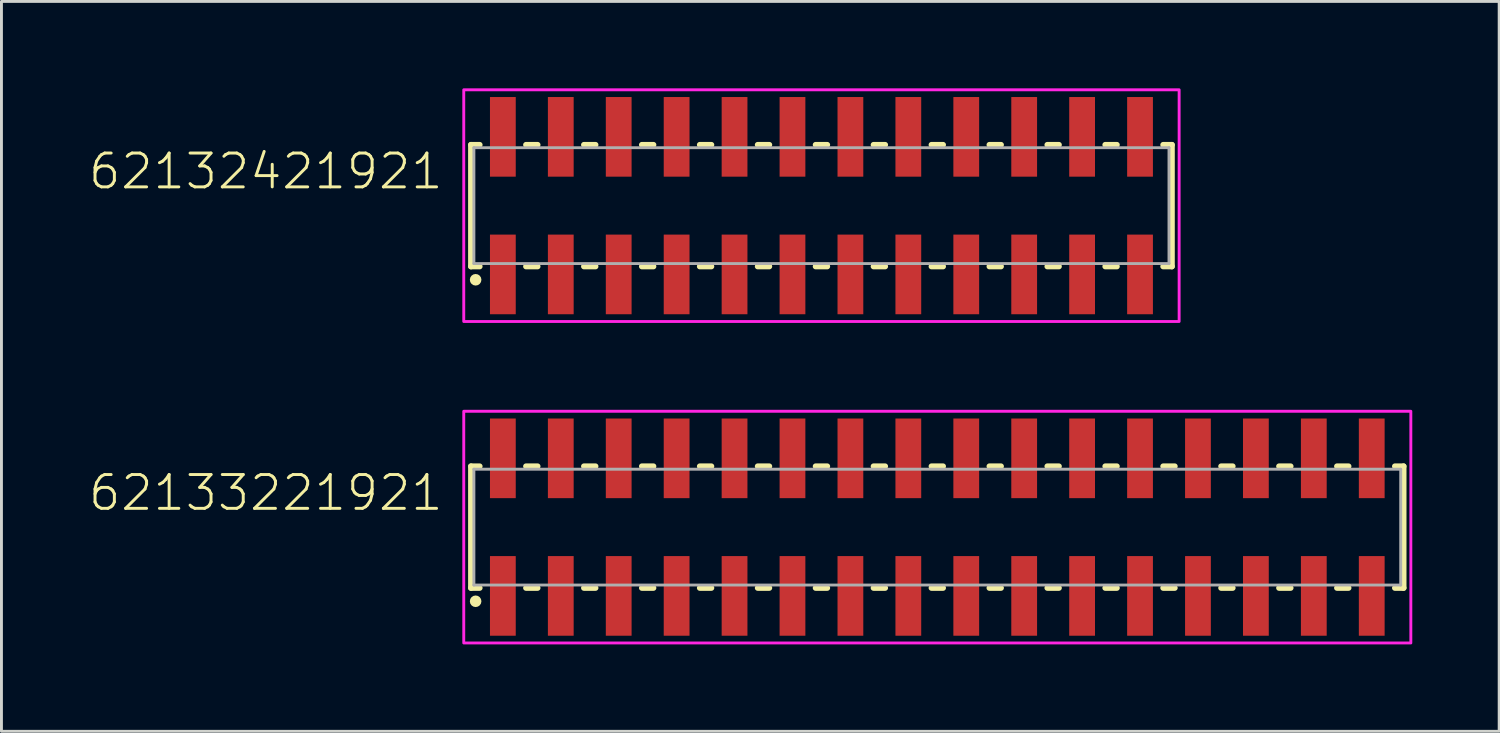
<source format=kicad_pcb>
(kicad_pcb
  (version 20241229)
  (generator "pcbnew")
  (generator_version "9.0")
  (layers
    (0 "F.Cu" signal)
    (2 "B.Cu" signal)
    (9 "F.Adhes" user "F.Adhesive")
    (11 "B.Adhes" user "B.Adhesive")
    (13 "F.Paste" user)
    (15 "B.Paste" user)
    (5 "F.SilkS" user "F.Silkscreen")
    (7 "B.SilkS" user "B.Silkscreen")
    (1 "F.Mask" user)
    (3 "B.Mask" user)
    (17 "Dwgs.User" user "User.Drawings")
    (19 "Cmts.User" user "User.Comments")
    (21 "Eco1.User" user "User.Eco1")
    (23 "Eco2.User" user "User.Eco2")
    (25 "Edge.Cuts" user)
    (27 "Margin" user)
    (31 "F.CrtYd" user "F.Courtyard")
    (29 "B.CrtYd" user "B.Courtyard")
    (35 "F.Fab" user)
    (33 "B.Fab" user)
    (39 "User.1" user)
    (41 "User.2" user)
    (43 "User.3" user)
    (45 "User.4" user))
  (footprint "62133221921"
    (layer "F.Cu")
    (at 29.312 15.15)
    (property "Reference" "62133221921" (at -17 -0.5 0) (unlocked yes) (layer "F.SilkS") (effects (font (size 1.168 1.168) (thickness 0.102)) (justify right bottom)))
    (fp_line (start -16.1 -2.1) (end -16.1 2.1) (stroke (width 0.2) (type solid)) (layer "F.SilkS"))
    (fp_line (start -16.1 2.1) (end -15.8 2.1) (stroke (width 0.2) (type solid)) (layer "F.SilkS"))
    (fp_line (start -15.8 -2.1) (end -16.1 -2.1) (stroke (width 0.2) (type solid)) (layer "F.SilkS"))
    (fp_line (start -14.2 -2.1) (end -13.8 -2.1) (stroke (width 0.2) (type solid)) (layer "F.SilkS"))
    (fp_line (start -13.8 2.1) (end -14.2 2.1) (stroke (width 0.2) (type solid)) (layer "F.SilkS"))
    (fp_line (start -12.2 -2.1) (end -11.8 -2.1) (stroke (width 0.2) (type solid)) (layer "F.SilkS"))
    (fp_line (start -11.8 2.1) (end -12.2 2.1) (stroke (width 0.2) (type solid)) (layer "F.SilkS"))
    (fp_line (start -10.2 -2.1) (end -9.8 -2.1) (stroke (width 0.2) (type solid)) (layer "F.SilkS"))
    (fp_line (start -9.8 2.1) (end -10.2 2.1) (stroke (width 0.2) (type solid)) (layer "F.SilkS"))
    (fp_line (start -8.2 -2.1) (end -7.8 -2.1) (stroke (width 0.2) (type solid)) (layer "F.SilkS"))
    (fp_line (start -7.8 2.1) (end -8.2 2.1) (stroke (width 0.2) (type solid)) (layer "F.SilkS"))
    (fp_line (start -6.2 -2.1) (end -5.8 -2.1) (stroke (width 0.2) (type solid)) (layer "F.SilkS"))
    (fp_line (start -5.8 2.1) (end -6.2 2.1) (stroke (width 0.2) (type solid)) (layer "F.SilkS"))
    (fp_line (start -4.2 -2.1) (end -3.8 -2.1) (stroke (width 0.2) (type solid)) (layer "F.SilkS"))
    (fp_line (start -3.8 2.1) (end -4.2 2.1) (stroke (width 0.2) (type solid)) (layer "F.SilkS"))
    (fp_line (start -2.2 -2.1) (end -1.8 -2.1) (stroke (width 0.2) (type solid)) (layer "F.SilkS"))
    (fp_line (start -1.8 2.1) (end -2.2 2.1) (stroke (width 0.2) (type solid)) (layer "F.SilkS"))
    (fp_line (start -0.2 -2.1) (end 0.2 -2.1) (stroke (width 0.2) (type solid)) (layer "F.SilkS"))
    (fp_line (start 0.2 2.1) (end -0.2 2.1) (stroke (width 0.2) (type solid)) (layer "F.SilkS"))
    (fp_line (start 1.8 -2.1) (end 2.2 -2.1) (stroke (width 0.2) (type solid)) (layer "F.SilkS"))
    (fp_line (start 2.2 2.1) (end 1.8 2.1) (stroke (width 0.2) (type solid)) (layer "F.SilkS"))
    (fp_line (start 3.8 -2.1) (end 4.2 -2.1) (stroke (width 0.2) (type solid)) (layer "F.SilkS"))
    (fp_line (start 4.2 2.1) (end 3.8 2.1) (stroke (width 0.2) (type solid)) (layer "F.SilkS"))
    (fp_line (start 5.8 -2.1) (end 6.2 -2.1) (stroke (width 0.2) (type solid)) (layer "F.SilkS"))
    (fp_line (start 6.2 2.1) (end 5.8 2.1) (stroke (width 0.2) (type solid)) (layer "F.SilkS"))
    (fp_line (start 7.8 -2.1) (end 8.2 -2.1) (stroke (width 0.2) (type solid)) (layer "F.SilkS"))
    (fp_line (start 8.2 2.1) (end 7.8 2.1) (stroke (width 0.2) (type solid)) (layer "F.SilkS"))
    (fp_line (start 9.8 -2.1) (end 10.2 -2.1) (stroke (width 0.2) (type solid)) (layer "F.SilkS"))
    (fp_line (start 10.2 2.1) (end 9.8 2.1) (stroke (width 0.2) (type solid)) (layer "F.SilkS"))
    (fp_line (start 11.8 -2.1) (end 12.2 -2.1) (stroke (width 0.2) (type solid)) (layer "F.SilkS"))
    (fp_line (start 12.2 2.1) (end 11.8 2.1) (stroke (width 0.2) (type solid)) (layer "F.SilkS"))
    (fp_line (start 13.8 -2.1) (end 14.2 -2.1) (stroke (width 0.2) (type solid)) (layer "F.SilkS"))
    (fp_line (start 14.2 2.1) (end 13.8 2.1) (stroke (width 0.2) (type solid)) (layer "F.SilkS"))
    (fp_line (start 15.8 -2.1) (end 16.1 -2.1) (stroke (width 0.2) (type solid)) (layer "F.SilkS"))
    (fp_line (start 16.1 -2.1) (end 16.1 2.1) (stroke (width 0.2) (type solid)) (layer "F.SilkS"))
    (fp_line (start 16.1 2.1) (end 15.8 2.1) (stroke (width 0.2) (type solid)) (layer "F.SilkS"))
    (fp_circle (center -15.94 2.56) (end -15.84 2.56) (stroke (width 0.2) (type solid)) (fill no) (layer "F.SilkS"))
    (fp_poly (pts (xy 16.35 4) (xy -16.35 4) (xy -16.35 -4) (xy 16.35 -4)) (stroke (width 0.1) (type default)) (fill no) (layer "F.CrtYd"))
    (fp_line (start -16 -2) (end 16 -2) (stroke (width 0.1) (type solid)) (layer "F.Fab"))
    (fp_line (start -16 2) (end -16 -2) (stroke (width 0.1) (type solid)) (layer "F.Fab"))
    (fp_line (start 16 -2) (end 16 2) (stroke (width 0.1) (type solid)) (layer "F.Fab"))
    (fp_line (start 16 2) (end -16 2) (stroke (width 0.1) (type solid)) (layer "F.Fab"))
    (pad "1" smd rect (at -15 2.375) (size 0.89 2.75) (layers "F.Cu" "F.Mask" "F.Paste"))
    (pad "2" smd rect (at -15 -2.375) (size 0.89 2.75) (layers "F.Cu" "F.Mask" "F.Paste"))
    (pad "3" smd rect (at -13 2.375) (size 0.89 2.75) (layers "F.Cu" "F.Mask" "F.Paste"))
    (pad "4" smd rect (at -13 -2.375) (size 0.89 2.75) (layers "F.Cu" "F.Mask" "F.Paste"))
    (pad "5" smd rect (at -11 2.375) (size 0.89 2.75) (layers "F.Cu" "F.Mask" "F.Paste"))
    (pad "6" smd rect (at -11 -2.375) (size 0.89 2.75) (layers "F.Cu" "F.Mask" "F.Paste"))
    (pad "7" smd rect (at -9 2.375) (size 0.89 2.75) (layers "F.Cu" "F.Mask" "F.Paste"))
    (pad "8" smd rect (at -9 -2.375) (size 0.89 2.75) (layers "F.Cu" "F.Mask" "F.Paste"))
    (pad "9" smd rect (at -7 2.375) (size 0.89 2.75) (layers "F.Cu" "F.Mask" "F.Paste"))
    (pad "10" smd rect (at -7 -2.375) (size 0.89 2.75) (layers "F.Cu" "F.Mask" "F.Paste"))
    (pad "11" smd rect (at -5 2.375) (size 0.89 2.75) (layers "F.Cu" "F.Mask" "F.Paste"))
    (pad "12" smd rect (at -5 -2.375) (size 0.89 2.75) (layers "F.Cu" "F.Mask" "F.Paste"))
    (pad "13" smd rect (at -3 2.375) (size 0.89 2.75) (layers "F.Cu" "F.Mask" "F.Paste"))
    (pad "14" smd rect (at -3 -2.375) (size 0.89 2.75) (layers "F.Cu" "F.Mask" "F.Paste"))
    (pad "15" smd rect (at -1 2.375) (size 0.89 2.75) (layers "F.Cu" "F.Mask" "F.Paste"))
    (pad "16" smd rect (at -1 -2.375) (size 0.89 2.75) (layers "F.Cu" "F.Mask" "F.Paste"))
    (pad "17" smd rect (at 1 2.375) (size 0.89 2.75) (layers "F.Cu" "F.Mask" "F.Paste"))
    (pad "18" smd rect (at 1 -2.375) (size 0.89 2.75) (layers "F.Cu" "F.Mask" "F.Paste"))
    (pad "19" smd rect (at 3 2.375) (size 0.89 2.75) (layers "F.Cu" "F.Mask" "F.Paste"))
    (pad "20" smd rect (at 3 -2.375) (size 0.89 2.75) (layers "F.Cu" "F.Mask" "F.Paste"))
    (pad "21" smd rect (at 5 2.375) (size 0.89 2.75) (layers "F.Cu" "F.Mask" "F.Paste"))
    (pad "22" smd rect (at 5 -2.375) (size 0.89 2.75) (layers "F.Cu" "F.Mask" "F.Paste"))
    (pad "23" smd rect (at 7 2.375) (size 0.89 2.75) (layers "F.Cu" "F.Mask" "F.Paste"))
    (pad "24" smd rect (at 7 -2.375) (size 0.89 2.75) (layers "F.Cu" "F.Mask" "F.Paste"))
    (pad "25" smd rect (at 9 2.375) (size 0.89 2.75) (layers "F.Cu" "F.Mask" "F.Paste"))
    (pad "26" smd rect (at 9 -2.375) (size 0.89 2.75) (layers "F.Cu" "F.Mask" "F.Paste"))
    (pad "27" smd rect (at 11 2.375) (size 0.89 2.75) (layers "F.Cu" "F.Mask" "F.Paste"))
    (pad "28" smd rect (at 11 -2.375) (size 0.89 2.75) (layers "F.Cu" "F.Mask" "F.Paste"))
    (pad "29" smd rect (at 13 2.375) (size 0.89 2.75) (layers "F.Cu" "F.Mask" "F.Paste"))
    (pad "30" smd rect (at 13 -2.375) (size 0.89 2.75) (layers "F.Cu" "F.Mask" "F.Paste"))
    (pad "31" smd rect (at 15 2.375) (size 0.89 2.75) (layers "F.Cu" "F.Mask" "F.Paste"))
    (pad "32" smd rect (at 15 -2.375) (size 0.89 2.75) (layers "F.Cu" "F.Mask" "F.Paste")))
  (footprint "62132421921"
    (layer "F.Cu")
    (at 25.312 4.05)
    (property "Reference" "62132421921" (at -13 -0.5 0) (unlocked yes) (layer "F.SilkS") (effects (font (size 1.168 1.168) (thickness 0.102)) (justify right bottom)))
    (fp_line (start -12.1 -2.1) (end -12.1 2.1) (stroke (width 0.2) (type solid)) (layer "F.SilkS"))
    (fp_line (start -12.1 2.1) (end -11.8 2.1) (stroke (width 0.2) (type solid)) (layer "F.SilkS"))
    (fp_line (start -11.8 -2.1) (end -12.1 -2.1) (stroke (width 0.2) (type solid)) (layer "F.SilkS"))
    (fp_line (start -10.2 -2.1) (end -9.8 -2.1) (stroke (width 0.2) (type solid)) (layer "F.SilkS"))
    (fp_line (start -9.8 2.1) (end -10.2 2.1) (stroke (width 0.2) (type solid)) (layer "F.SilkS"))
    (fp_line (start -8.2 -2.1) (end -7.8 -2.1) (stroke (width 0.2) (type solid)) (layer "F.SilkS"))
    (fp_line (start -7.8 2.1) (end -8.2 2.1) (stroke (width 0.2) (type solid)) (layer "F.SilkS"))
    (fp_line (start -6.2 -2.1) (end -5.8 -2.1) (stroke (width 0.2) (type solid)) (layer "F.SilkS"))
    (fp_line (start -5.8 2.1) (end -6.2 2.1) (stroke (width 0.2) (type solid)) (layer "F.SilkS"))
    (fp_line (start -4.2 -2.1) (end -3.8 -2.1) (stroke (width 0.2) (type solid)) (layer "F.SilkS"))
    (fp_line (start -3.8 2.1) (end -4.2 2.1) (stroke (width 0.2) (type solid)) (layer "F.SilkS"))
    (fp_line (start -2.2 -2.1) (end -1.8 -2.1) (stroke (width 0.2) (type solid)) (layer "F.SilkS"))
    (fp_line (start -1.8 2.1) (end -2.2 2.1) (stroke (width 0.2) (type solid)) (layer "F.SilkS"))
    (fp_line (start -0.2 -2.1) (end 0.2 -2.1) (stroke (width 0.2) (type solid)) (layer "F.SilkS"))
    (fp_line (start 0.2 2.1) (end -0.2 2.1) (stroke (width 0.2) (type solid)) (layer "F.SilkS"))
    (fp_line (start 1.8 -2.1) (end 2.2 -2.1) (stroke (width 0.2) (type solid)) (layer "F.SilkS"))
    (fp_line (start 2.2 2.1) (end 1.8 2.1) (stroke (width 0.2) (type solid)) (layer "F.SilkS"))
    (fp_line (start 3.8 -2.1) (end 4.2 -2.1) (stroke (width 0.2) (type solid)) (layer "F.SilkS"))
    (fp_line (start 4.2 2.1) (end 3.8 2.1) (stroke (width 0.2) (type solid)) (layer "F.SilkS"))
    (fp_line (start 5.8 -2.1) (end 6.2 -2.1) (stroke (width 0.2) (type solid)) (layer "F.SilkS"))
    (fp_line (start 6.2 2.1) (end 5.8 2.1) (stroke (width 0.2) (type solid)) (layer "F.SilkS"))
    (fp_line (start 7.8 -2.1) (end 8.2 -2.1) (stroke (width 0.2) (type solid)) (layer "F.SilkS"))
    (fp_line (start 8.2 2.1) (end 7.8 2.1) (stroke (width 0.2) (type solid)) (layer "F.SilkS"))
    (fp_line (start 9.8 -2.1) (end 10.2 -2.1) (stroke (width 0.2) (type solid)) (layer "F.SilkS"))
    (fp_line (start 10.2 2.1) (end 9.8 2.1) (stroke (width 0.2) (type solid)) (layer "F.SilkS"))
    (fp_line (start 11.8 -2.1) (end 12.1 -2.1) (stroke (width 0.2) (type solid)) (layer "F.SilkS"))
    (fp_line (start 12.1 -2.1) (end 12.1 2.1) (stroke (width 0.2) (type solid)) (layer "F.SilkS"))
    (fp_line (start 12.1 2.1) (end 11.8 2.1) (stroke (width 0.2) (type solid)) (layer "F.SilkS"))
    (fp_circle (center -11.94 2.56) (end -11.84 2.56) (stroke (width 0.2) (type solid)) (fill no) (layer "F.SilkS"))
    (fp_poly (pts (xy 12.35 4) (xy -12.35 4) (xy -12.35 -4) (xy 12.35 -4)) (stroke (width 0.1) (type default)) (fill no) (layer "F.CrtYd"))
    (fp_line (start -12 -2) (end 12 -2) (stroke (width 0.1) (type solid)) (layer "F.Fab"))
    (fp_line (start -12 2) (end -12 -2) (stroke (width 0.1) (type solid)) (layer "F.Fab"))
    (fp_line (start 12 -2) (end 12 2) (stroke (width 0.1) (type solid)) (layer "F.Fab"))
    (fp_line (start 12 2) (end -12 2) (stroke (width 0.1) (type solid)) (layer "F.Fab"))
    (pad "1" smd rect (at -11 2.375) (size 0.89 2.75) (layers "F.Cu" "F.Mask" "F.Paste"))
    (pad "2" smd rect (at -11 -2.375) (size 0.89 2.75) (layers "F.Cu" "F.Mask" "F.Paste"))
    (pad "3" smd rect (at -9 2.375) (size 0.89 2.75) (layers "F.Cu" "F.Mask" "F.Paste"))
    (pad "4" smd rect (at -9 -2.375) (size 0.89 2.75) (layers "F.Cu" "F.Mask" "F.Paste"))
    (pad "5" smd rect (at -7 2.375) (size 0.89 2.75) (layers "F.Cu" "F.Mask" "F.Paste"))
    (pad "6" smd rect (at -7 -2.375) (size 0.89 2.75) (layers "F.Cu" "F.Mask" "F.Paste"))
    (pad "7" smd rect (at -5 2.375) (size 0.89 2.75) (layers "F.Cu" "F.Mask" "F.Paste"))
    (pad "8" smd rect (at -5 -2.375) (size 0.89 2.75) (layers "F.Cu" "F.Mask" "F.Paste"))
    (pad "9" smd rect (at -3 2.375) (size 0.89 2.75) (layers "F.Cu" "F.Mask" "F.Paste"))
    (pad "10" smd rect (at -3 -2.375) (size 0.89 2.75) (layers "F.Cu" "F.Mask" "F.Paste"))
    (pad "11" smd rect (at -1 2.375) (size 0.89 2.75) (layers "F.Cu" "F.Mask" "F.Paste"))
    (pad "12" smd rect (at -1 -2.375) (size 0.89 2.75) (layers "F.Cu" "F.Mask" "F.Paste"))
    (pad "13" smd rect (at 1 2.375) (size 0.89 2.75) (layers "F.Cu" "F.Mask" "F.Paste"))
    (pad "14" smd rect (at 1 -2.375) (size 0.89 2.75) (layers "F.Cu" "F.Mask" "F.Paste"))
    (pad "15" smd rect (at 3 2.375) (size 0.89 2.75) (layers "F.Cu" "F.Mask" "F.Paste"))
    (pad "16" smd rect (at 3 -2.375) (size 0.89 2.75) (layers "F.Cu" "F.Mask" "F.Paste"))
    (pad "17" smd rect (at 5 2.375) (size 0.89 2.75) (layers "F.Cu" "F.Mask" "F.Paste"))
    (pad "18" smd rect (at 5 -2.375) (size 0.89 2.75) (layers "F.Cu" "F.Mask" "F.Paste"))
    (pad "19" smd rect (at 7 2.375) (size 0.89 2.75) (layers "F.Cu" "F.Mask" "F.Paste"))
    (pad "20" smd rect (at 7 -2.375) (size 0.89 2.75) (layers "F.Cu" "F.Mask" "F.Paste"))
    (pad "21" smd rect (at 9 2.375) (size 0.89 2.75) (layers "F.Cu" "F.Mask" "F.Paste"))
    (pad "22" smd rect (at 9 -2.375) (size 0.89 2.75) (layers "F.Cu" "F.Mask" "F.Paste"))
    (pad "23" smd rect (at 11 2.375) (size 0.89 2.75) (layers "F.Cu" "F.Mask" "F.Paste"))
    (pad "24" smd rect (at 11 -2.375) (size 0.89 2.75) (layers "F.Cu" "F.Mask" "F.Paste")))
  (gr_rect
    (start -3 -3)
    (end 48.712 22.2)
    (stroke (width 0.1) (type default))
    (fill no)
    (layer "Edge.Cuts")))
</source>
